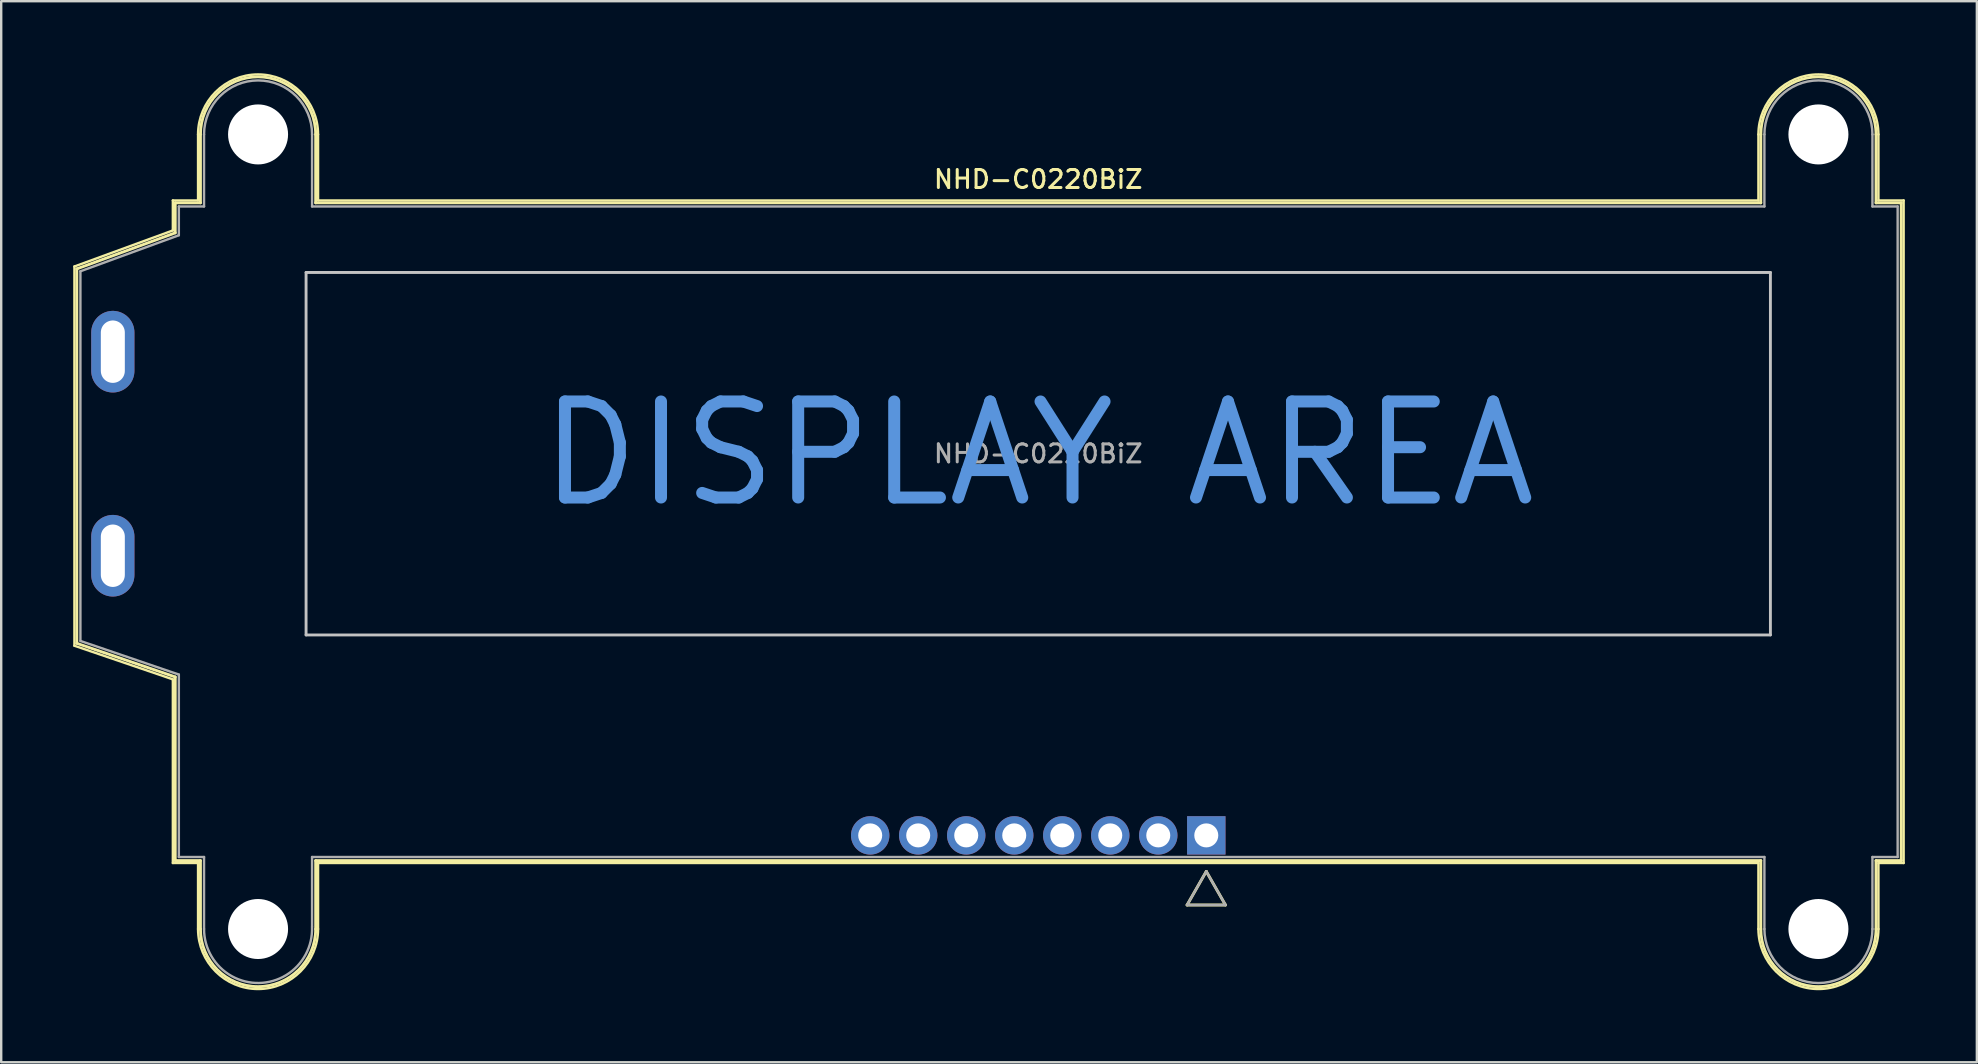
<source format=kicad_pcb>
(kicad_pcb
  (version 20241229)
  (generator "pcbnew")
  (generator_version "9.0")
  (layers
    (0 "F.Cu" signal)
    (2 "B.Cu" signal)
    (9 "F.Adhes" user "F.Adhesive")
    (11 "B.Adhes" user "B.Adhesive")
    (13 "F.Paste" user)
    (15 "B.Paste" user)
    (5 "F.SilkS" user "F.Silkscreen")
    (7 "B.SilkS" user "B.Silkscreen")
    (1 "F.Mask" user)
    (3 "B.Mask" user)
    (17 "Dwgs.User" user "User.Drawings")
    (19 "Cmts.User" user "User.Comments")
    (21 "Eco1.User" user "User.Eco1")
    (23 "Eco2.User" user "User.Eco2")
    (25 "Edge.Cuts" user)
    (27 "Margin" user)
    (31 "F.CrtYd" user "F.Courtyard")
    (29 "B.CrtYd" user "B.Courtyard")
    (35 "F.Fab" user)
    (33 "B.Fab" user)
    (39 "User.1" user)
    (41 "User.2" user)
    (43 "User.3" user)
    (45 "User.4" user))
  (footprint "NHD-C0220BiZ"
    (layer "F.Cu")
    (at 40.2 15.85)
    (property "Reference" "NHD-C0220BiZ" (at 0 -11.43 0) (layer "F.SilkS") (effects (font (size 0.75 0.75) (thickness 0.125))))
    (attr through_hole)
    (fp_line (start -40.15 -7.8) (end -36.05 -9.3) (stroke (width 0.1) (type solid)) (layer "F.SilkS"))
    (fp_line (start -40.15 8) (end -40.15 -7.8) (stroke (width 0.1) (type solid)) (layer "F.SilkS"))
    (fp_line (start -40.05 -7.7) (end -40.05 7.9) (stroke (width 0.12) (type solid)) (layer "F.SilkS"))
    (fp_line (start -40.05 7.9) (end -35.95 9.3) (stroke (width 0.12) (type solid)) (layer "F.SilkS"))
    (fp_line (start -36.05 -10.55) (end -35 -10.55) (stroke (width 0.1) (type solid)) (layer "F.SilkS"))
    (fp_line (start -36.05 -9.3) (end -36.05 -10.55) (stroke (width 0.1) (type solid)) (layer "F.SilkS"))
    (fp_line (start -36.05 9.4) (end -40.15 8) (stroke (width 0.1) (type solid)) (layer "F.SilkS"))
    (fp_line (start -36.05 17.05) (end -36.05 9.4) (stroke (width 0.1) (type solid)) (layer "F.SilkS"))
    (fp_line (start -35.95 -10.45) (end -35.95 -9.2) (stroke (width 0.12) (type solid)) (layer "F.SilkS"))
    (fp_line (start -35.95 -9.2) (end -40.05 -7.7) (stroke (width 0.12) (type solid)) (layer "F.SilkS"))
    (fp_line (start -35.95 9.3) (end -35.95 16.95) (stroke (width 0.12) (type solid)) (layer "F.SilkS"))
    (fp_line (start -35.95 16.95) (end -34.9 16.95) (stroke (width 0.12) (type solid)) (layer "F.SilkS"))
    (fp_line (start -35 -10.55) (end -35 -13.3) (stroke (width 0.1) (type solid)) (layer "F.SilkS"))
    (fp_line (start -35 17.05) (end -36.05 17.05) (stroke (width 0.1) (type solid)) (layer "F.SilkS"))
    (fp_line (start -35 19.8) (end -35 17.05) (stroke (width 0.1) (type solid)) (layer "F.SilkS"))
    (fp_line (start -34.9 -13.3) (end -34.9 -10.45) (stroke (width 0.12) (type solid)) (layer "F.SilkS"))
    (fp_line (start -34.9 -10.45) (end -35.95 -10.45) (stroke (width 0.12) (type solid)) (layer "F.SilkS"))
    (fp_line (start -34.9 16.95) (end -34.9 19.8) (stroke (width 0.12) (type solid)) (layer "F.SilkS"))
    (fp_line (start -30.1 -10.45) (end -30.1 -13.3) (stroke (width 0.12) (type solid)) (layer "F.SilkS"))
    (fp_line (start -30.1 16.95) (end 30.1 16.95) (stroke (width 0.12) (type solid)) (layer "F.SilkS"))
    (fp_line (start -30.1 19.8) (end -30.1 16.95) (stroke (width 0.12) (type solid)) (layer "F.SilkS"))
    (fp_line (start -30 -13.3) (end -30 -10.55) (stroke (width 0.1) (type solid)) (layer "F.SilkS"))
    (fp_line (start -30 -10.55) (end 30 -10.55) (stroke (width 0.1) (type solid)) (layer "F.SilkS"))
    (fp_line (start -30 17.05) (end -30 19.8) (stroke (width 0.1) (type solid)) (layer "F.SilkS"))
    (fp_line (start 6.2 18.8) (end 7 17.4) (stroke (width 0.12) (type solid)) (layer "F.SilkS"))
    (fp_line (start 6.2 18.8) (end 7.8 18.8) (stroke (width 0.12) (type solid)) (layer "F.SilkS"))
    (fp_line (start 7 17.4) (end 7.8 18.8) (stroke (width 0.12) (type solid)) (layer "F.SilkS"))
    (fp_line (start 30 -10.55) (end 30 -13.3) (stroke (width 0.1) (type solid)) (layer "F.SilkS"))
    (fp_line (start 30 17.05) (end -30 17.05) (stroke (width 0.1) (type solid)) (layer "F.SilkS"))
    (fp_line (start 30 19.8) (end 30 17.05) (stroke (width 0.1) (type solid)) (layer "F.SilkS"))
    (fp_line (start 30.1 -13.3) (end 30.1 -10.45) (stroke (width 0.12) (type solid)) (layer "F.SilkS"))
    (fp_line (start 30.1 -10.45) (end -30.1 -10.45) (stroke (width 0.12) (type solid)) (layer "F.SilkS"))
    (fp_line (start 30.1 16.95) (end 30.1 19.8) (stroke (width 0.12) (type solid)) (layer "F.SilkS"))
    (fp_line (start 34.9 -10.45) (end 34.9 -13.3) (stroke (width 0.12) (type solid)) (layer "F.SilkS"))
    (fp_line (start 34.9 16.95) (end 35.95 16.95) (stroke (width 0.12) (type solid)) (layer "F.SilkS"))
    (fp_line (start 34.9 19.8) (end 34.9 16.95) (stroke (width 0.12) (type solid)) (layer "F.SilkS"))
    (fp_line (start 35 -10.55) (end 35 -13.3) (stroke (width 0.1) (type solid)) (layer "F.SilkS"))
    (fp_line (start 35 17.05) (end 35 19.8) (stroke (width 0.1) (type solid)) (layer "F.SilkS"))
    (fp_line (start 35.95 -10.45) (end 34.9 -10.45) (stroke (width 0.12) (type solid)) (layer "F.SilkS"))
    (fp_line (start 35.95 16.95) (end 35.95 -10.45) (stroke (width 0.12) (type solid)) (layer "F.SilkS"))
    (fp_line (start 36.05 -10.55) (end 35 -10.55) (stroke (width 0.1) (type solid)) (layer "F.SilkS"))
    (fp_line (start 36.05 -10.55) (end 36.05 17.05) (stroke (width 0.1) (type solid)) (layer "F.SilkS"))
    (fp_line (start 36.05 17.05) (end 35 17.05) (stroke (width 0.1) (type solid)) (layer "F.SilkS"))
    (fp_arc (start -35 -13.3) (mid -32.5 -15.8) (end -30 -13.3) (stroke (width 0.1) (type solid)) (layer "F.SilkS"))
    (fp_arc (start -34.9 -13.3) (mid -32.5 -15.7) (end -30.1 -13.3) (stroke (width 0.12) (type solid)) (layer "F.SilkS"))
    (fp_arc (start -30.1 19.8) (mid -32.5 22.2) (end -34.9 19.8) (stroke (width 0.12) (type solid)) (layer "F.SilkS"))
    (fp_arc (start -30 19.8) (mid -32.5 22.3) (end -35 19.8) (stroke (width 0.1) (type solid)) (layer "F.SilkS"))
    (fp_arc (start 30 -13.3) (mid 32.5 -15.8) (end 35 -13.3) (stroke (width 0.1) (type solid)) (layer "F.SilkS"))
    (fp_arc (start 30.1 -13.3) (mid 32.5 -15.7) (end 34.9 -13.3) (stroke (width 0.12) (type solid)) (layer "F.SilkS"))
    (fp_arc (start 34.9 19.8) (mid 32.5 22.2) (end 30.1 19.8) (stroke (width 0.12) (type solid)) (layer "F.SilkS"))
    (fp_arc (start 35 19.8) (mid 32.5 22.3) (end 30 19.8) (stroke (width 0.1) (type solid)) (layer "F.SilkS"))
    (fp_line (start -30.5 -7.55) (end 30.5 -7.55) (stroke (width 0.12) (type solid)) (layer "Dwgs.User"))
    (fp_line (start -30.5 7.55) (end -30.5 -7.55) (stroke (width 0.12) (type solid)) (layer "Dwgs.User"))
    (fp_line (start 30.5 -7.55) (end 30.5 7.55) (stroke (width 0.12) (type solid)) (layer "Dwgs.User"))
    (fp_line (start 30.5 7.55) (end -30.5 7.55) (stroke (width 0.12) (type solid)) (layer "Dwgs.User"))
    (fp_line (start -39.9 -7.6) (end -35.8 -9.1) (stroke (width 0.1) (type solid)) (layer "F.Fab"))
    (fp_line (start -39.9 7.8) (end -39.9 -7.6) (stroke (width 0.1) (type solid)) (layer "F.Fab"))
    (fp_line (start -35.8 -10.3) (end -35.8 -9.1) (stroke (width 0.1) (type solid)) (layer "F.Fab"))
    (fp_line (start -35.8 -10.3) (end -34.75 -10.3) (stroke (width 0.1) (type solid)) (layer "F.Fab"))
    (fp_line (start -35.8 9.2) (end -39.9 7.8) (stroke (width 0.1) (type solid)) (layer "F.Fab"))
    (fp_line (start -35.8 9.2) (end -35.8 16.8) (stroke (width 0.1) (type solid)) (layer "F.Fab"))
    (fp_line (start -34.75 -10.3) (end -34.75 -13.3) (stroke (width 0.1) (type solid)) (layer "F.Fab"))
    (fp_line (start -34.75 16.8) (end -35.8 16.8) (stroke (width 0.1) (type solid)) (layer "F.Fab"))
    (fp_line (start -34.75 19.8) (end -34.75 16.8) (stroke (width 0.1) (type solid)) (layer "F.Fab"))
    (fp_line (start -30.25 -10.3) (end -30.25 -13.3) (stroke (width 0.1) (type solid)) (layer "F.Fab"))
    (fp_line (start -30.25 -10.3) (end 30.25 -10.3) (stroke (width 0.1) (type solid)) (layer "F.Fab"))
    (fp_line (start -30.25 16.8) (end -30.25 19.7) (stroke (width 0.1) (type solid)) (layer "F.Fab"))
    (fp_line (start -30.25 16.8) (end 30.25 16.8) (stroke (width 0.1) (type solid)) (layer "F.Fab"))
    (fp_line (start 6.2 18.8) (end 7.8 18.8) (stroke (width 0.1) (type solid)) (layer "F.Fab"))
    (fp_line (start 7 17.4) (end 6.2 18.8) (stroke (width 0.1) (type solid)) (layer "F.Fab"))
    (fp_line (start 7.8 18.8) (end 7 17.4) (stroke (width 0.1) (type solid)) (layer "F.Fab"))
    (fp_line (start 30.25 -10.3) (end 30.25 -13.3) (stroke (width 0.1) (type solid)) (layer "F.Fab"))
    (fp_line (start 30.25 19.8) (end 30.25 16.8) (stroke (width 0.1) (type solid)) (layer "F.Fab"))
    (fp_line (start 34.75 -13.3) (end 34.75 -10.3) (stroke (width 0.1) (type solid)) (layer "F.Fab"))
    (fp_line (start 34.75 -10.3) (end 35.8 -10.3) (stroke (width 0.1) (type solid)) (layer "F.Fab"))
    (fp_line (start 34.75 16.8) (end 34.75 19.8) (stroke (width 0.1) (type solid)) (layer "F.Fab"))
    (fp_line (start 35.8 -10.3) (end 35.8 16.8) (stroke (width 0.1) (type solid)) (layer "F.Fab"))
    (fp_line (start 35.8 16.8) (end 34.75 16.8) (stroke (width 0.1) (type solid)) (layer "F.Fab"))
    (fp_arc (start -34.75 -13.3) (mid -32.5 -15.55) (end -30.25 -13.3) (stroke (width 0.1) (type solid)) (layer "F.Fab"))
    (fp_arc (start -30.251542 19.716724) (mid -32.458355 22.049614) (end -34.75 19.8) (stroke (width 0.1) (type solid)) (layer "F.Fab"))
    (fp_arc (start 30.25 -13.3) (mid 32.5 -15.55) (end 34.75 -13.3) (stroke (width 0.1) (type solid)) (layer "F.Fab"))
    (fp_arc (start 34.75 19.8) (mid 32.5 22.05) (end 30.25 19.8) (stroke (width 0.1) (type solid)) (layer "F.Fab"))
    (fp_text user "DISPLAY AREA" (at 0 0 0) (layer "Cmts.User") (effects (font (size 4 4) (thickness 0.5))))
    (fp_text user "${REFERENCE}" (at 0 0 0) (layer "F.Fab") (effects (font (size 0.75 0.75) (thickness 0.125))))
    (pad "" np_thru_hole circle (at -32.5 -13.3) (size 2.5 2.5) (drill 2.5) (layers "*.Cu" "*.Mask"))
    (pad "" np_thru_hole circle (at -32.5 19.8) (size 2.5 2.5) (drill 2.5) (layers "*.Cu" "*.Mask"))
    (pad "" np_thru_hole circle (at 32.5 -13.3) (size 2.5 2.5) (drill 2.5) (layers "*.Cu" "*.Mask"))
    (pad "" np_thru_hole circle (at 32.5 19.8) (size 2.5 2.5) (drill 2.5) (layers "*.Cu" "*.Mask"))
    (pad "1" thru_hole rect (at 7 15.9) (size 1.6 1.6) (drill 1) (layers "*.Cu" "*.Mask"))
    (pad "2" thru_hole circle (at 5 15.9) (size 1.6 1.6) (drill 1) (layers "*.Cu" "*.Mask"))
    (pad "3" thru_hole circle (at 3 15.9) (size 1.6 1.6) (drill 1) (layers "*.Cu" "*.Mask"))
    (pad "4" thru_hole circle (at 1 15.9) (size 1.6 1.6) (drill 1) (layers "*.Cu" "*.Mask"))
    (pad "5" thru_hole circle (at -1 15.9) (size 1.6 1.6) (drill 1) (layers "*.Cu" "*.Mask"))
    (pad "6" thru_hole circle (at -3 15.9) (size 1.6 1.6) (drill 1) (layers "*.Cu" "*.Mask"))
    (pad "7" thru_hole circle (at -5 15.9) (size 1.6 1.6) (drill 1) (layers "*.Cu" "*.Mask"))
    (pad "8" thru_hole circle (at -7 15.9) (size 1.6 1.6) (drill 1) (layers "*.Cu" "*.Mask"))
    (pad "9" thru_hole oval (at -38.55 4.25) (size 1.8 3.4) (drill oval 1 2.6) (layers "*.Cu" "*.Mask"))
    (pad "10" thru_hole oval (at -38.55 -4.25) (size 1.8 3.4) (drill oval 1 2.6) (layers "*.Cu" "*.Mask")))
  (gr_rect
    (start -3 -3)
    (end 79.3 41.2)
    (stroke (width 0.1) (type default))
    (fill no)
    (layer "Edge.Cuts")))
</source>
